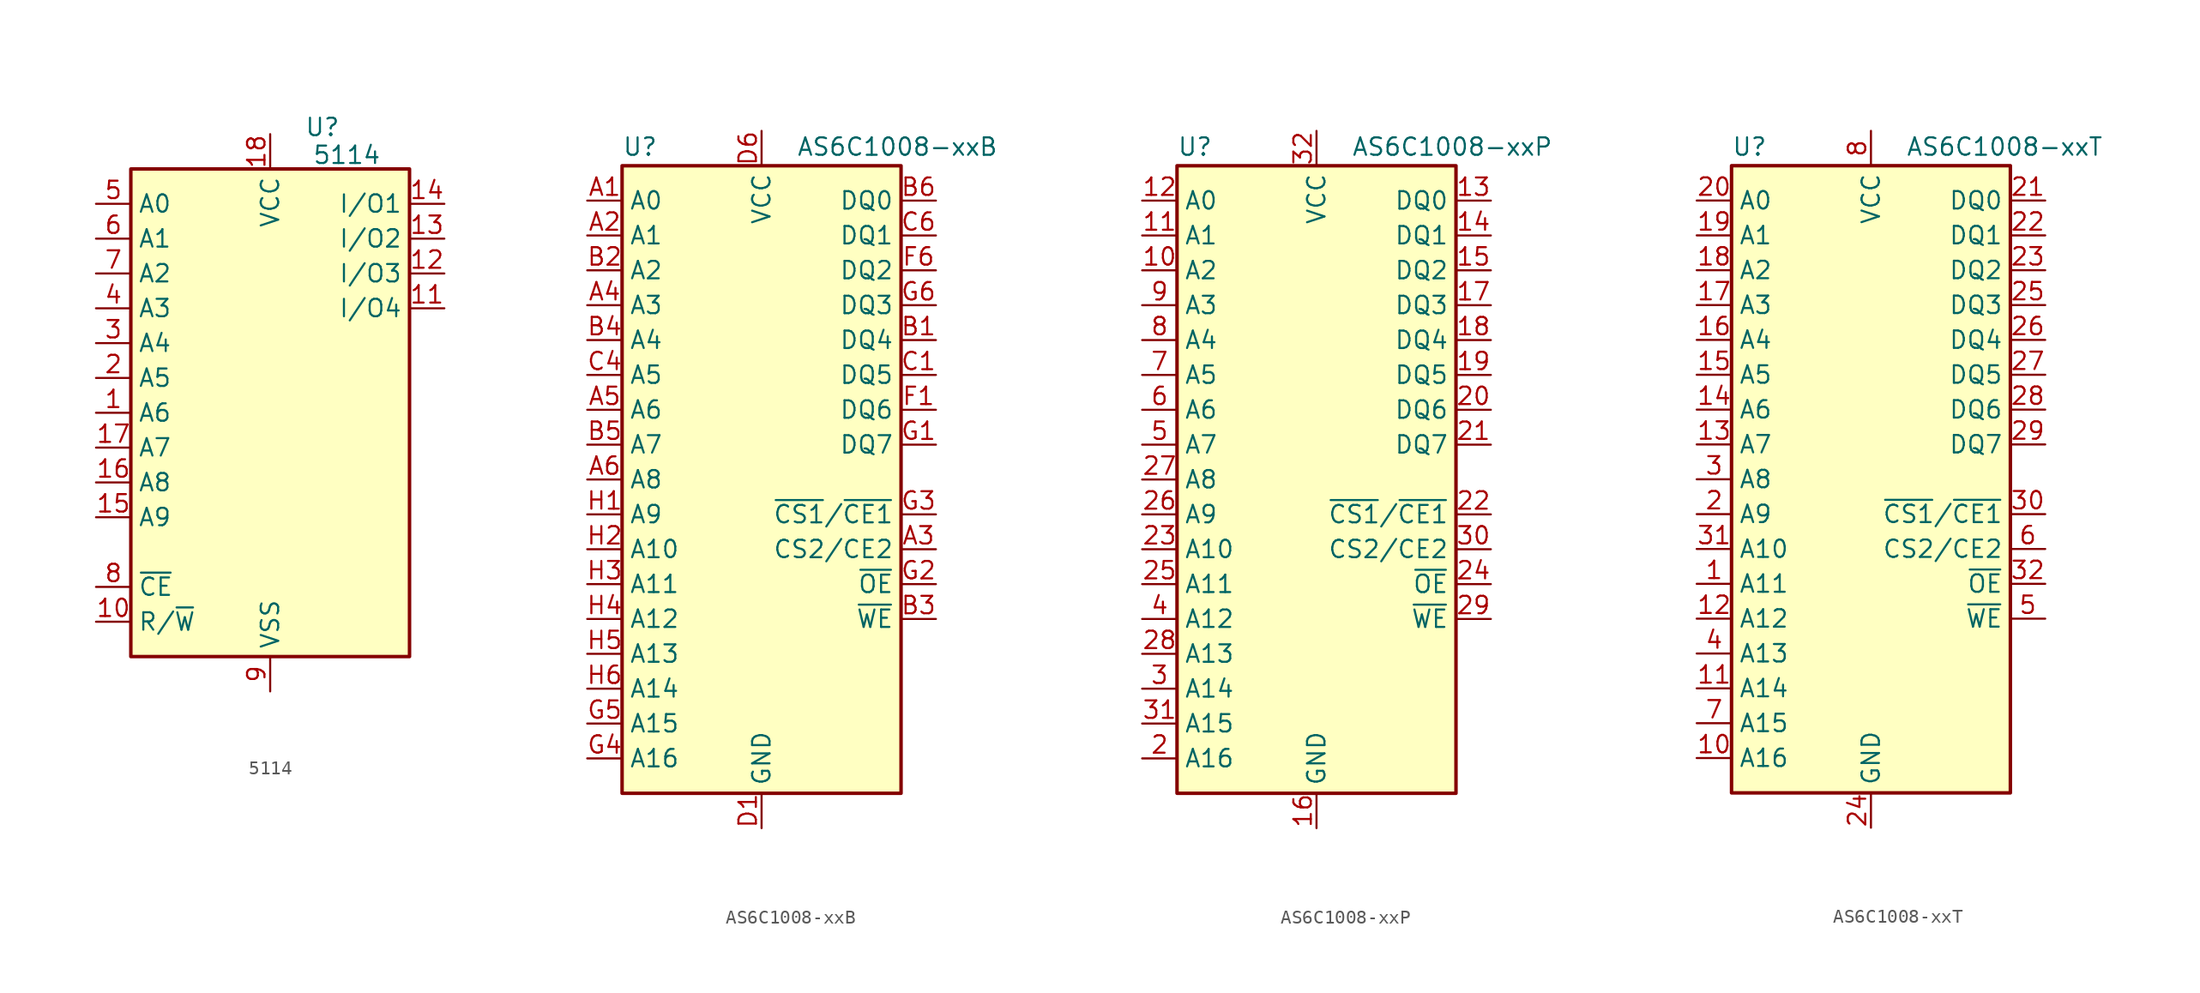
<source format=kicad_sym>
(kicad_symbol_lib
  (version 20231120)
  (generator "kicad_symbol_editor")
  (generator_version "8.0")
  (symbol "5114"
    (property "Reference" "U"
      (at 3.81 20.828 0)
      (effects (font (size 1.27 1.27))))
    (property "Value" "5114"
      (at 5.588 18.796 0)
      (effects (font (size 1.27 1.27))))
    (symbol "5114_0_1"
      (rectangle (start -10.16 17.78) (end 10.16 -17.78) (stroke (width 0.254) (type default)) (fill (type background))))
    (symbol "5114_1_0"
      (pin power_in line (at 0 20.32 270) (length 2.54) (name "VCC" (effects (font (size 1.27 1.27)))) (number "18" (effects (font (size 1.27 1.27)))))
      (pin power_in line (at 0 -20.32 90) (length 2.54) (name "VSS" (effects (font (size 1.27 1.27)))) (number "9" (effects (font (size 1.27 1.27))))))
    (symbol "5114_1_1"
      (pin input line (at -12.7 0 0) (length 2.54) (name "A6" (effects (font (size 1.27 1.27)))) (number "1" (effects (font (size 1.27 1.27)))))
      (pin no_connect line (at 0 -2.54 0) (length 2.54) hide (name "NC" (effects (font (size 1.27 1.27)))) (number "1" (effects (font (size 1.27 1.27)))))
      (pin input line (at -12.7 -15.24 0) (length 2.54) (name "R/~{W}" (effects (font (size 1.27 1.27)))) (number "10" (effects (font (size 1.27 1.27)))))
      (pin tri_state line (at 12.7 7.62 180) (length 2.54) (name "I/O4" (effects (font (size 1.27 1.27)))) (number "11" (effects (font (size 1.27 1.27)))))
      (pin tri_state line (at 12.7 10.16 180) (length 2.54) (name "I/O3" (effects (font (size 1.27 1.27)))) (number "12" (effects (font (size 1.27 1.27)))))
      (pin tri_state line (at 12.7 12.7 180) (length 2.54) (name "I/O2" (effects (font (size 1.27 1.27)))) (number "13" (effects (font (size 1.27 1.27)))))
      (pin tri_state line (at 12.7 15.24 180) (length 2.54) (name "I/O1" (effects (font (size 1.27 1.27)))) (number "14" (effects (font (size 1.27 1.27)))))
      (pin input line (at -12.7 -7.62 0) (length 2.54) (name "A9" (effects (font (size 1.27 1.27)))) (number "15" (effects (font (size 1.27 1.27)))))
      (pin input line (at -12.7 -5.08 0) (length 2.54) (name "A8" (effects (font (size 1.27 1.27)))) (number "16" (effects (font (size 1.27 1.27)))))
      (pin input line (at -12.7 -2.54 0) (length 2.54) (name "A7" (effects (font (size 1.27 1.27)))) (number "17" (effects (font (size 1.27 1.27)))))
      (pin input line (at -12.7 2.54 0) (length 2.54) (name "A5" (effects (font (size 1.27 1.27)))) (number "2" (effects (font (size 1.27 1.27)))))
      (pin input line (at -12.7 5.08 0) (length 2.54) (name "A4" (effects (font (size 1.27 1.27)))) (number "3" (effects (font (size 1.27 1.27)))))
      (pin input line (at -12.7 7.62 0) (length 2.54) (name "A3" (effects (font (size 1.27 1.27)))) (number "4" (effects (font (size 1.27 1.27)))))
      (pin input line (at -12.7 15.24 0) (length 2.54) (name "A0" (effects (font (size 1.27 1.27)))) (number "5" (effects (font (size 1.27 1.27)))))
      (pin input line (at -12.7 12.7 0) (length 2.54) (name "A1" (effects (font (size 1.27 1.27)))) (number "6" (effects (font (size 1.27 1.27)))))
      (pin input line (at -12.7 10.16 0) (length 2.54) (name "A2" (effects (font (size 1.27 1.27)))) (number "7" (effects (font (size 1.27 1.27)))))
      (pin input line (at -12.7 -12.7 0) (length 2.54) (name "~{CE}" (effects (font (size 1.27 1.27)))) (number "8" (effects (font (size 1.27 1.27)))))))
  (symbol "AS6C1008-xxB"
    (property "Reference" "U"
      (at -10.16 23.495 0)
      (effects (font (size 1.27 1.27)) (justify left bottom)))
    (property "Value" "AS6C1008-xxB"
      (at 2.54 23.495 0)
      (effects (font (size 1.27 1.27)) (justify left bottom)))
    (symbol "AS6C1008-xxB_0_0"
      (pin power_in line (at 0 -25.4 90) (length 2.54) (name "GND" (effects (font (size 1.27 1.27)))) (number "D1" (effects (font (size 1.27 1.27)))))
      (pin power_in line (at 0 25.4 270) (length 2.54) (name "VCC" (effects (font (size 1.27 1.27)))) (number "D6" (effects (font (size 1.27 1.27))))))
    (symbol "AS6C1008-xxB_0_1"
      (rectangle (start -10.16 22.86) (end 10.16 -22.86) (stroke (width 0.254) (type default)) (fill (type background))))
    (symbol "AS6C1008-xxB_1_0"
      (pin passive line (at 0 25.4 270) (length 2.54) hide (name "VCC" (effects (font (size 1.27 1.27)))) (number "E1" (effects (font (size 1.27 1.27)))))
      (pin passive line (at 0 -25.4 90) (length 2.54) hide (name "GND" (effects (font (size 1.27 1.27)))) (number "E6" (effects (font (size 1.27 1.27)))))
      (pin no_connect line (at 10.16 -15.24 180) (length 2.54) hide (name "NC" (effects (font (size 1.27 1.27)))) (number "F3" (effects (font (size 1.27 1.27)))))
      (pin no_connect line (at 10.16 -17.78 180) (length 2.54) hide (name "NC" (effects (font (size 1.27 1.27)))) (number "F4" (effects (font (size 1.27 1.27))))))
    (symbol "AS6C1008-xxB_1_1"
      (pin input line (at -12.7 20.32 0) (length 2.54) (name "A0" (effects (font (size 1.27 1.27)))) (number "A1" (effects (font (size 1.27 1.27)))))
      (pin input line (at -12.7 17.78 0) (length 2.54) (name "A1" (effects (font (size 1.27 1.27)))) (number "A2" (effects (font (size 1.27 1.27)))))
      (pin input line (at 12.7 -5.08 180) (length 2.54) (name "CS2/CE2" (effects (font (size 1.27 1.27)))) (number "A3" (effects (font (size 1.27 1.27)))))
      (pin input line (at -12.7 12.7 0) (length 2.54) (name "A3" (effects (font (size 1.27 1.27)))) (number "A4" (effects (font (size 1.27 1.27)))))
      (pin input line (at -12.7 5.08 0) (length 2.54) (name "A6" (effects (font (size 1.27 1.27)))) (number "A5" (effects (font (size 1.27 1.27)))))
      (pin input line (at -12.7 0 0) (length 2.54) (name "A8" (effects (font (size 1.27 1.27)))) (number "A6" (effects (font (size 1.27 1.27)))))
      (pin tri_state line (at 12.7 10.16 180) (length 2.54) (name "DQ4" (effects (font (size 1.27 1.27)))) (number "B1" (effects (font (size 1.27 1.27)))))
      (pin input line (at -12.7 15.24 0) (length 2.54) (name "A2" (effects (font (size 1.27 1.27)))) (number "B2" (effects (font (size 1.27 1.27)))))
      (pin input line (at 12.7 -10.16 180) (length 2.54) (name "~{WE}" (effects (font (size 1.27 1.27)))) (number "B3" (effects (font (size 1.27 1.27)))))
      (pin input line (at -12.7 10.16 0) (length 2.54) (name "A4" (effects (font (size 1.27 1.27)))) (number "B4" (effects (font (size 1.27 1.27)))))
      (pin input line (at -12.7 2.54 0) (length 2.54) (name "A7" (effects (font (size 1.27 1.27)))) (number "B5" (effects (font (size 1.27 1.27)))))
      (pin tri_state line (at 12.7 20.32 180) (length 2.54) (name "DQ0" (effects (font (size 1.27 1.27)))) (number "B6" (effects (font (size 1.27 1.27)))))
      (pin tri_state line (at 12.7 7.62 180) (length 2.54) (name "DQ5" (effects (font (size 1.27 1.27)))) (number "C1" (effects (font (size 1.27 1.27)))))
      (pin no_connect line (at 10.16 -20.32 180) (length 2.54) hide (name "NC" (effects (font (size 1.27 1.27)))) (number "C3" (effects (font (size 1.27 1.27)))))
      (pin input line (at -12.7 7.62 0) (length 2.54) (name "A5" (effects (font (size 1.27 1.27)))) (number "C4" (effects (font (size 1.27 1.27)))))
      (pin tri_state line (at 12.7 17.78 180) (length 2.54) (name "DQ1" (effects (font (size 1.27 1.27)))) (number "C6" (effects (font (size 1.27 1.27)))))
      (pin tri_state line (at 12.7 5.08 180) (length 2.54) (name "DQ6" (effects (font (size 1.27 1.27)))) (number "F1" (effects (font (size 1.27 1.27)))))
      (pin tri_state line (at 12.7 15.24 180) (length 2.54) (name "DQ2" (effects (font (size 1.27 1.27)))) (number "F6" (effects (font (size 1.27 1.27)))))
      (pin tri_state line (at 12.7 2.54 180) (length 2.54) (name "DQ7" (effects (font (size 1.27 1.27)))) (number "G1" (effects (font (size 1.27 1.27)))))
      (pin input line (at 12.7 -7.62 180) (length 2.54) (name "~{OE}" (effects (font (size 1.27 1.27)))) (number "G2" (effects (font (size 1.27 1.27)))))
      (pin input line (at 12.7 -2.54 180) (length 2.54) (name "~{CS1}/~{CE1}" (effects (font (size 1.27 1.27)))) (number "G3" (effects (font (size 1.27 1.27)))))
      (pin input line (at -12.7 -20.32 0) (length 2.54) (name "A16" (effects (font (size 1.27 1.27)))) (number "G4" (effects (font (size 1.27 1.27)))))
      (pin input line (at -12.7 -17.78 0) (length 2.54) (name "A15" (effects (font (size 1.27 1.27)))) (number "G5" (effects (font (size 1.27 1.27)))))
      (pin tri_state line (at 12.7 12.7 180) (length 2.54) (name "DQ3" (effects (font (size 1.27 1.27)))) (number "G6" (effects (font (size 1.27 1.27)))))
      (pin input line (at -12.7 -2.54 0) (length 2.54) (name "A9" (effects (font (size 1.27 1.27)))) (number "H1" (effects (font (size 1.27 1.27)))))
      (pin input line (at -12.7 -5.08 0) (length 2.54) (name "A10" (effects (font (size 1.27 1.27)))) (number "H2" (effects (font (size 1.27 1.27)))))
      (pin input line (at -12.7 -7.62 0) (length 2.54) (name "A11" (effects (font (size 1.27 1.27)))) (number "H3" (effects (font (size 1.27 1.27)))))
      (pin input line (at -12.7 -10.16 0) (length 2.54) (name "A12" (effects (font (size 1.27 1.27)))) (number "H4" (effects (font (size 1.27 1.27)))))
      (pin input line (at -12.7 -12.7 0) (length 2.54) (name "A13" (effects (font (size 1.27 1.27)))) (number "H5" (effects (font (size 1.27 1.27)))))
      (pin input line (at -12.7 -15.24 0) (length 2.54) (name "A14" (effects (font (size 1.27 1.27)))) (number "H6" (effects (font (size 1.27 1.27)))))))
  (symbol "AS6C1008-xxP"
    (property "Reference" "U"
      (at -10.16 23.495 0)
      (effects (font (size 1.27 1.27)) (justify left bottom)))
    (property "Value" "AS6C1008-xxP"
      (at 2.54 23.495 0)
      (effects (font (size 1.27 1.27)) (justify left bottom)))
    (symbol "AS6C1008-xxP_0_0"
      (pin power_in line (at 0 -25.4 90) (length 2.54) (name "GND" (effects (font (size 1.27 1.27)))) (number "16" (effects (font (size 1.27 1.27)))))
      (pin power_in line (at 0 25.4 270) (length 2.54) (name "VCC" (effects (font (size 1.27 1.27)))) (number "32" (effects (font (size 1.27 1.27))))))
    (symbol "AS6C1008-xxP_0_1"
      (rectangle (start -10.16 22.86) (end 10.16 -22.86) (stroke (width 0.254) (type default)) (fill (type background))))
    (symbol "AS6C1008-xxP_1_1"
      (pin no_connect line (at 10.16 -20.32 180) (length 2.54) hide (name "NC" (effects (font (size 1.27 1.27)))) (number "1" (effects (font (size 1.27 1.27)))))
      (pin input line (at -12.7 15.24 0) (length 2.54) (name "A2" (effects (font (size 1.27 1.27)))) (number "10" (effects (font (size 1.27 1.27)))))
      (pin input line (at -12.7 17.78 0) (length 2.54) (name "A1" (effects (font (size 1.27 1.27)))) (number "11" (effects (font (size 1.27 1.27)))))
      (pin input line (at -12.7 20.32 0) (length 2.54) (name "A0" (effects (font (size 1.27 1.27)))) (number "12" (effects (font (size 1.27 1.27)))))
      (pin tri_state line (at 12.7 20.32 180) (length 2.54) (name "DQ0" (effects (font (size 1.27 1.27)))) (number "13" (effects (font (size 1.27 1.27)))))
      (pin tri_state line (at 12.7 17.78 180) (length 2.54) (name "DQ1" (effects (font (size 1.27 1.27)))) (number "14" (effects (font (size 1.27 1.27)))))
      (pin tri_state line (at 12.7 15.24 180) (length 2.54) (name "DQ2" (effects (font (size 1.27 1.27)))) (number "15" (effects (font (size 1.27 1.27)))))
      (pin tri_state line (at 12.7 12.7 180) (length 2.54) (name "DQ3" (effects (font (size 1.27 1.27)))) (number "17" (effects (font (size 1.27 1.27)))))
      (pin tri_state line (at 12.7 10.16 180) (length 2.54) (name "DQ4" (effects (font (size 1.27 1.27)))) (number "18" (effects (font (size 1.27 1.27)))))
      (pin tri_state line (at 12.7 7.62 180) (length 2.54) (name "DQ5" (effects (font (size 1.27 1.27)))) (number "19" (effects (font (size 1.27 1.27)))))
      (pin input line (at -12.7 -20.32 0) (length 2.54) (name "A16" (effects (font (size 1.27 1.27)))) (number "2" (effects (font (size 1.27 1.27)))))
      (pin tri_state line (at 12.7 5.08 180) (length 2.54) (name "DQ6" (effects (font (size 1.27 1.27)))) (number "20" (effects (font (size 1.27 1.27)))))
      (pin tri_state line (at 12.7 2.54 180) (length 2.54) (name "DQ7" (effects (font (size 1.27 1.27)))) (number "21" (effects (font (size 1.27 1.27)))))
      (pin input line (at 12.7 -2.54 180) (length 2.54) (name "~{CS1}/~{CE1}" (effects (font (size 1.27 1.27)))) (number "22" (effects (font (size 1.27 1.27)))))
      (pin input line (at -12.7 -5.08 0) (length 2.54) (name "A10" (effects (font (size 1.27 1.27)))) (number "23" (effects (font (size 1.27 1.27)))))
      (pin input line (at 12.7 -7.62 180) (length 2.54) (name "~{OE}" (effects (font (size 1.27 1.27)))) (number "24" (effects (font (size 1.27 1.27)))))
      (pin input line (at -12.7 -7.62 0) (length 2.54) (name "A11" (effects (font (size 1.27 1.27)))) (number "25" (effects (font (size 1.27 1.27)))))
      (pin input line (at -12.7 -2.54 0) (length 2.54) (name "A9" (effects (font (size 1.27 1.27)))) (number "26" (effects (font (size 1.27 1.27)))))
      (pin input line (at -12.7 0 0) (length 2.54) (name "A8" (effects (font (size 1.27 1.27)))) (number "27" (effects (font (size 1.27 1.27)))))
      (pin input line (at -12.7 -12.7 0) (length 2.54) (name "A13" (effects (font (size 1.27 1.27)))) (number "28" (effects (font (size 1.27 1.27)))))
      (pin input line (at 12.7 -10.16 180) (length 2.54) (name "~{WE}" (effects (font (size 1.27 1.27)))) (number "29" (effects (font (size 1.27 1.27)))))
      (pin input line (at -12.7 -15.24 0) (length 2.54) (name "A14" (effects (font (size 1.27 1.27)))) (number "3" (effects (font (size 1.27 1.27)))))
      (pin input line (at 12.7 -5.08 180) (length 2.54) (name "CS2/CE2" (effects (font (size 1.27 1.27)))) (number "30" (effects (font (size 1.27 1.27)))))
      (pin input line (at -12.7 -17.78 0) (length 2.54) (name "A15" (effects (font (size 1.27 1.27)))) (number "31" (effects (font (size 1.27 1.27)))))
      (pin input line (at -12.7 -10.16 0) (length 2.54) (name "A12" (effects (font (size 1.27 1.27)))) (number "4" (effects (font (size 1.27 1.27)))))
      (pin input line (at -12.7 2.54 0) (length 2.54) (name "A7" (effects (font (size 1.27 1.27)))) (number "5" (effects (font (size 1.27 1.27)))))
      (pin input line (at -12.7 5.08 0) (length 2.54) (name "A6" (effects (font (size 1.27 1.27)))) (number "6" (effects (font (size 1.27 1.27)))))
      (pin input line (at -12.7 7.62 0) (length 2.54) (name "A5" (effects (font (size 1.27 1.27)))) (number "7" (effects (font (size 1.27 1.27)))))
      (pin input line (at -12.7 10.16 0) (length 2.54) (name "A4" (effects (font (size 1.27 1.27)))) (number "8" (effects (font (size 1.27 1.27)))))
      (pin input line (at -12.7 12.7 0) (length 2.54) (name "A3" (effects (font (size 1.27 1.27)))) (number "9" (effects (font (size 1.27 1.27)))))))
  (symbol "AS6C1008-xxT"
    (property "Reference" "U"
      (at -10.16 23.495 0)
      (effects (font (size 1.27 1.27)) (justify left bottom)))
    (property "Value" "AS6C1008-xxT"
      (at 2.54 23.495 0)
      (effects (font (size 1.27 1.27)) (justify left bottom)))
    (symbol "AS6C1008-xxT_0_0"
      (pin power_in line (at 0 -25.4 90) (length 2.54) (name "GND" (effects (font (size 1.27 1.27)))) (number "24" (effects (font (size 1.27 1.27)))))
      (pin power_in line (at 0 25.4 270) (length 2.54) (name "VCC" (effects (font (size 1.27 1.27)))) (number "8" (effects (font (size 1.27 1.27))))))
    (symbol "AS6C1008-xxT_0_1"
      (rectangle (start -10.16 22.86) (end 10.16 -22.86) (stroke (width 0.254) (type default)) (fill (type background))))
    (symbol "AS6C1008-xxT_1_1"
      (pin input line (at -12.7 -7.62 0) (length 2.54) (name "A11" (effects (font (size 1.27 1.27)))) (number "1" (effects (font (size 1.27 1.27)))))
      (pin input line (at -12.7 -20.32 0) (length 2.54) (name "A16" (effects (font (size 1.27 1.27)))) (number "10" (effects (font (size 1.27 1.27)))))
      (pin input line (at -12.7 -15.24 0) (length 2.54) (name "A14" (effects (font (size 1.27 1.27)))) (number "11" (effects (font (size 1.27 1.27)))))
      (pin input line (at -12.7 -10.16 0) (length 2.54) (name "A12" (effects (font (size 1.27 1.27)))) (number "12" (effects (font (size 1.27 1.27)))))
      (pin input line (at -12.7 2.54 0) (length 2.54) (name "A7" (effects (font (size 1.27 1.27)))) (number "13" (effects (font (size 1.27 1.27)))))
      (pin input line (at -12.7 5.08 0) (length 2.54) (name "A6" (effects (font (size 1.27 1.27)))) (number "14" (effects (font (size 1.27 1.27)))))
      (pin input line (at -12.7 7.62 0) (length 2.54) (name "A5" (effects (font (size 1.27 1.27)))) (number "15" (effects (font (size 1.27 1.27)))))
      (pin input line (at -12.7 10.16 0) (length 2.54) (name "A4" (effects (font (size 1.27 1.27)))) (number "16" (effects (font (size 1.27 1.27)))))
      (pin input line (at -12.7 12.7 0) (length 2.54) (name "A3" (effects (font (size 1.27 1.27)))) (number "17" (effects (font (size 1.27 1.27)))))
      (pin input line (at -12.7 15.24 0) (length 2.54) (name "A2" (effects (font (size 1.27 1.27)))) (number "18" (effects (font (size 1.27 1.27)))))
      (pin input line (at -12.7 17.78 0) (length 2.54) (name "A1" (effects (font (size 1.27 1.27)))) (number "19" (effects (font (size 1.27 1.27)))))
      (pin input line (at -12.7 -2.54 0) (length 2.54) (name "A9" (effects (font (size 1.27 1.27)))) (number "2" (effects (font (size 1.27 1.27)))))
      (pin input line (at -12.7 20.32 0) (length 2.54) (name "A0" (effects (font (size 1.27 1.27)))) (number "20" (effects (font (size 1.27 1.27)))))
      (pin tri_state line (at 12.7 20.32 180) (length 2.54) (name "DQ0" (effects (font (size 1.27 1.27)))) (number "21" (effects (font (size 1.27 1.27)))))
      (pin tri_state line (at 12.7 17.78 180) (length 2.54) (name "DQ1" (effects (font (size 1.27 1.27)))) (number "22" (effects (font (size 1.27 1.27)))))
      (pin tri_state line (at 12.7 15.24 180) (length 2.54) (name "DQ2" (effects (font (size 1.27 1.27)))) (number "23" (effects (font (size 1.27 1.27)))))
      (pin tri_state line (at 12.7 12.7 180) (length 2.54) (name "DQ3" (effects (font (size 1.27 1.27)))) (number "25" (effects (font (size 1.27 1.27)))))
      (pin tri_state line (at 12.7 10.16 180) (length 2.54) (name "DQ4" (effects (font (size 1.27 1.27)))) (number "26" (effects (font (size 1.27 1.27)))))
      (pin tri_state line (at 12.7 7.62 180) (length 2.54) (name "DQ5" (effects (font (size 1.27 1.27)))) (number "27" (effects (font (size 1.27 1.27)))))
      (pin tri_state line (at 12.7 5.08 180) (length 2.54) (name "DQ6" (effects (font (size 1.27 1.27)))) (number "28" (effects (font (size 1.27 1.27)))))
      (pin tri_state line (at 12.7 2.54 180) (length 2.54) (name "DQ7" (effects (font (size 1.27 1.27)))) (number "29" (effects (font (size 1.27 1.27)))))
      (pin input line (at -12.7 0 0) (length 2.54) (name "A8" (effects (font (size 1.27 1.27)))) (number "3" (effects (font (size 1.27 1.27)))))
      (pin input line (at 12.7 -2.54 180) (length 2.54) (name "~{CS1}/~{CE1}" (effects (font (size 1.27 1.27)))) (number "30" (effects (font (size 1.27 1.27)))))
      (pin input line (at -12.7 -5.08 0) (length 2.54) (name "A10" (effects (font (size 1.27 1.27)))) (number "31" (effects (font (size 1.27 1.27)))))
      (pin input line (at 12.7 -7.62 180) (length 2.54) (name "~{OE}" (effects (font (size 1.27 1.27)))) (number "32" (effects (font (size 1.27 1.27)))))
      (pin input line (at -12.7 -12.7 0) (length 2.54) (name "A13" (effects (font (size 1.27 1.27)))) (number "4" (effects (font (size 1.27 1.27)))))
      (pin input line (at 12.7 -10.16 180) (length 2.54) (name "~{WE}" (effects (font (size 1.27 1.27)))) (number "5" (effects (font (size 1.27 1.27)))))
      (pin input line (at 12.7 -5.08 180) (length 2.54) (name "CS2/CE2" (effects (font (size 1.27 1.27)))) (number "6" (effects (font (size 1.27 1.27)))))
      (pin input line (at -12.7 -17.78 0) (length 2.54) (name "A15" (effects (font (size 1.27 1.27)))) (number "7" (effects (font (size 1.27 1.27)))))
      (pin no_connect line (at 10.16 -20.32 180) (length 2.54) hide (name "NC" (effects (font (size 1.27 1.27)))) (number "9" (effects (font (size 1.27 1.27))))))))
</source>
